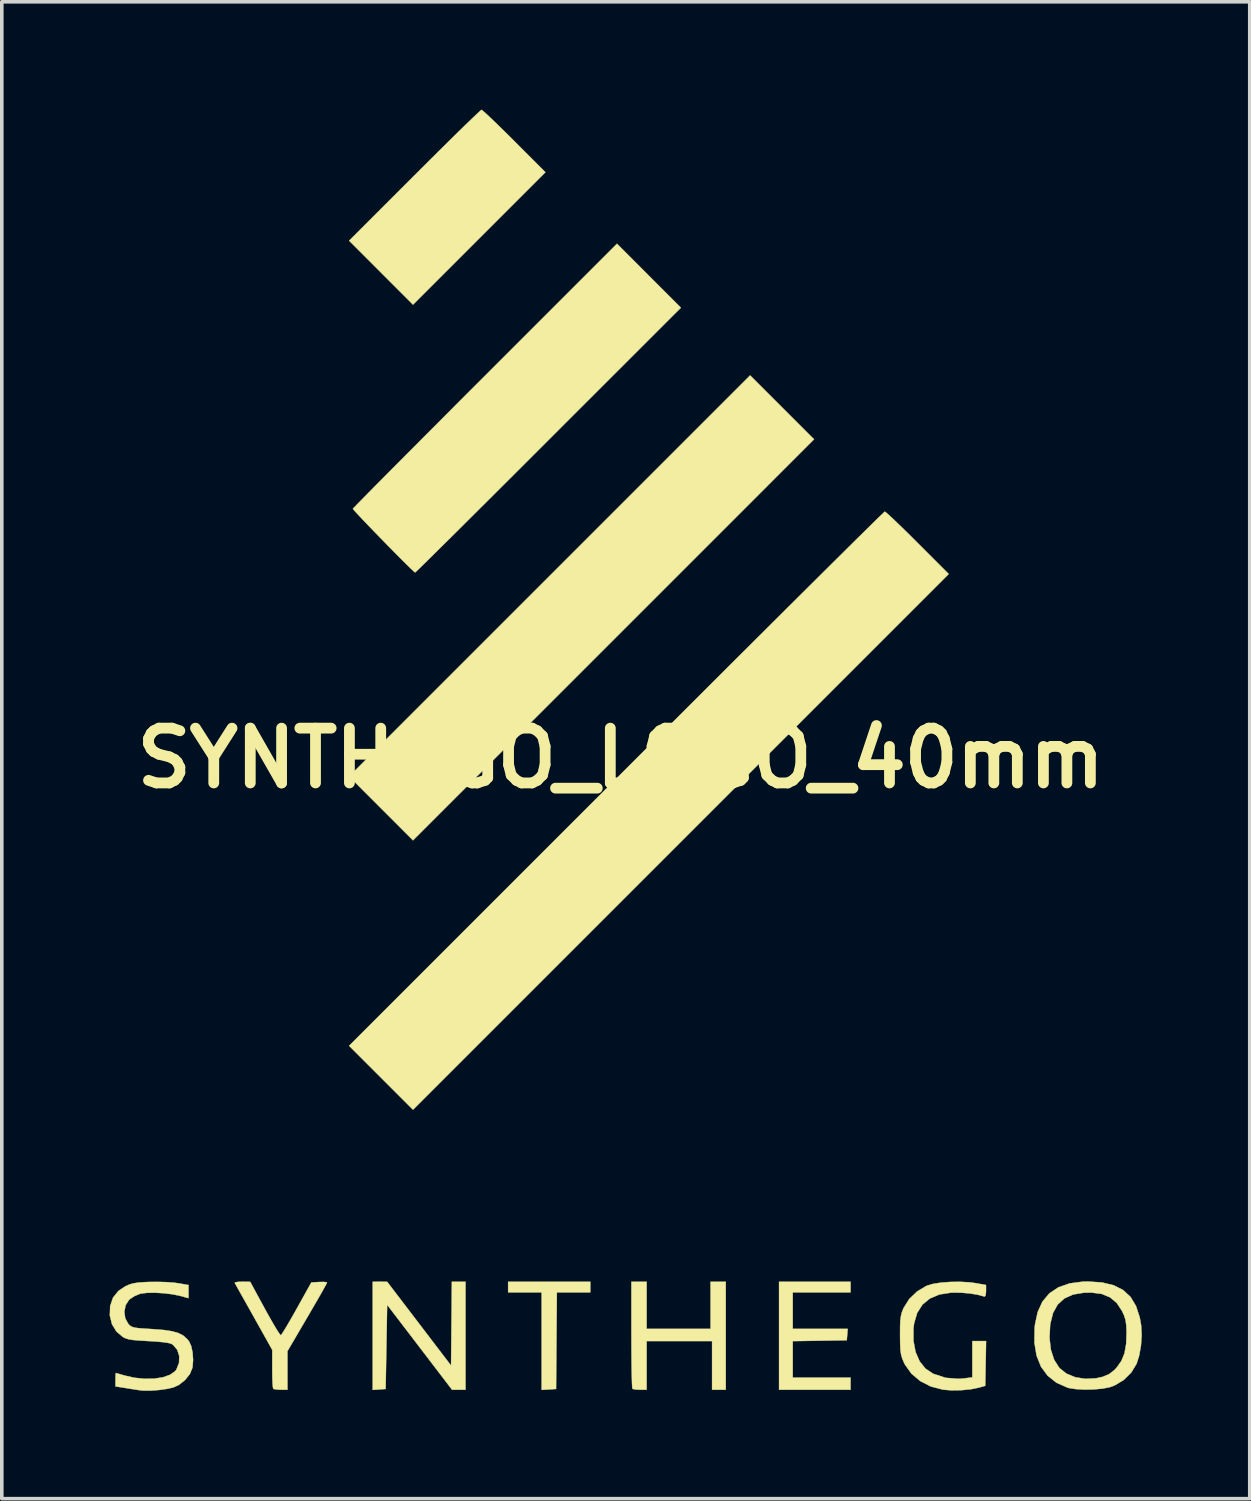
<source format=kicad_pcb>
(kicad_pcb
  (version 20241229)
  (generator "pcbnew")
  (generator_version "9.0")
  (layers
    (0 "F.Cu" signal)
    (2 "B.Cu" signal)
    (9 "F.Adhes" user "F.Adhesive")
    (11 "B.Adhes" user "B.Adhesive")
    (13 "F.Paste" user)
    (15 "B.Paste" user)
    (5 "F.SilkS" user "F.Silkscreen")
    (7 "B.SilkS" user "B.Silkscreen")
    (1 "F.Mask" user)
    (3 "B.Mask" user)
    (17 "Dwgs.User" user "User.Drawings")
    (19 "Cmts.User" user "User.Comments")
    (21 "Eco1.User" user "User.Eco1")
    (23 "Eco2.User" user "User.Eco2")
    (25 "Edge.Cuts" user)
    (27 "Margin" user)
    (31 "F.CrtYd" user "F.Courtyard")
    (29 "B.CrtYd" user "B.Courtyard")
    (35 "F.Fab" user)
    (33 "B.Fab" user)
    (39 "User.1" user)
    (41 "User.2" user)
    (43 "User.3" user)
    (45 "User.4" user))
  (footprint "SYNTHEGO_LOGO_40mm"
    (layer "F.Cu")
    (at 14.217 18.039)
    (property "Reference" "SYNTHEGO_LOGO_40mm" (at 0 0 0) (layer "F.SilkS") (effects (font (size 1.524 1.524) (thickness 0.3))))
    (attr through_hole)
    (fp_poly (pts (xy 5.376 -8.869) (xy -0.201 -3.291) (xy -5.779 2.286) (xy -7.556 0.508) (xy -1.979 -5.07) (xy 3.598 -10.647) (xy 5.376 -8.869)) (stroke (width 0.01) (type solid)) (fill yes) (layer "F.SilkS"))
    (fp_poly (pts (xy -0.847 14.859) (xy -1.777 14.859) (xy -1.788 16.203) (xy -1.799 17.547) (xy -2 17.56) (xy -2.201 17.573) (xy -2.201 14.859) (xy -3.133 14.859) (xy -3.133 14.563) (xy -0.847 14.563) (xy -0.847 14.859)) (stroke (width 0.01) (type solid)) (fill yes) (layer "F.SilkS"))
    (fp_poly (pts (xy 6.392 14.859) (xy 4.784 14.859) (xy 4.784 15.875) (xy 6.313 15.875) (xy 6.287 16.192) (xy 5.535 16.204) (xy 4.784 16.216) (xy 4.784 17.23) (xy 6.392 17.23) (xy 6.392 17.568) (xy 4.403 17.568) (xy 4.403 14.563) (xy 6.392 14.563) (xy 6.392 14.859)) (stroke (width 0.01) (type solid)) (fill yes) (layer "F.SilkS"))
    (fp_poly (pts (xy -4.318 17.568) (xy -4.693 17.568) (xy -5.595 16.387) (xy -6.498 15.206) (xy -6.519 16.377) (xy -6.54 17.547) (xy -6.72 17.56) (xy -6.9 17.573) (xy -6.9 14.563) (xy -6.699 14.564) (xy -6.498 14.565) (xy -4.72 16.896) (xy -4.709 15.73) (xy -4.698 14.563) (xy -4.318 14.563) (xy -4.318 17.568)) (stroke (width 0.01) (type solid)) (fill yes) (layer "F.SilkS"))
    (fp_poly (pts (xy 0.72 15.875) (xy 2.498 15.875) (xy 2.498 14.563) (xy 2.921 14.563) (xy 2.921 17.568) (xy 2.54 17.568) (xy 2.54 16.214) (xy 0.72 16.214) (xy 0.72 17.568) (xy 0.536 17.568) (xy 0.417 17.562) (xy 0.338 17.547) (xy 0.325 17.54) (xy 0.318 17.493) (xy 0.312 17.37) (xy 0.307 17.183) (xy 0.302 16.941) (xy 0.299 16.653) (xy 0.297 16.33) (xy 0.296 16.037) (xy 0.296 14.563) (xy 0.72 14.563) (xy 0.72 15.875)) (stroke (width 0.01) (type solid)) (fill yes) (layer "F.SilkS"))
    (fp_poly (pts (xy -3.834 -18.005) (xy -3.742 -17.924) (xy -3.607 -17.797) (xy -3.436 -17.632) (xy -3.237 -17.438) (xy -3.017 -17.22) (xy -2.963 -17.166) (xy -2.096 -16.298) (xy -3.937 -14.457) (xy -5.779 -12.615) (xy -6.667 -13.504) (xy -7.556 -14.394) (xy -5.736 -16.214) (xy -5.411 -16.538) (xy -5.103 -16.844) (xy -4.818 -17.126) (xy -4.56 -17.38) (xy -4.336 -17.599) (xy -4.15 -17.779) (xy -4.007 -17.915) (xy -3.913 -18.002) (xy -3.874 -18.034) (xy -3.873 -18.034) (xy -3.834 -18.005)) (stroke (width 0.01) (type solid)) (fill yes) (layer "F.SilkS"))
    (fp_poly (pts (xy 7.385 -6.829) (xy 7.476 -6.748) (xy 7.611 -6.621) (xy 7.783 -6.456) (xy 7.982 -6.262) (xy 8.201 -6.044) (xy 8.255 -5.99) (xy 9.122 -5.122) (xy -5.779 9.779) (xy -6.667 8.89) (xy -7.556 8.001) (xy -0.127 0.571) (xy 0.536 -0.091) (xy 1.184 -0.738) (xy 1.813 -1.367) (xy 2.422 -1.975) (xy 3.007 -2.559) (xy 3.567 -3.117) (xy 4.098 -3.646) (xy 4.599 -4.145) (xy 5.066 -4.609) (xy 5.497 -5.038) (xy 5.889 -5.427) (xy 6.241 -5.776) (xy 6.548 -6.08) (xy 6.81 -6.338) (xy 7.022 -6.547) (xy 7.183 -6.705) (xy 7.291 -6.808) (xy 7.341 -6.855) (xy 7.345 -6.858) (xy 7.385 -6.829)) (stroke (width 0.01) (type solid)) (fill yes) (layer "F.SilkS"))
    (fp_poly (pts (xy 0.783 -13.42) (xy 1.672 -12.53) (xy -2.011 -8.848) (xy -2.476 -8.383) (xy -2.924 -7.936) (xy -3.352 -7.509) (xy -3.756 -7.106) (xy -4.133 -6.731) (xy -4.478 -6.387) (xy -4.789 -6.079) (xy -5.062 -5.809) (xy -5.292 -5.581) (xy -5.477 -5.399) (xy -5.612 -5.267) (xy -5.695 -5.188) (xy -5.721 -5.165) (xy -5.756 -5.194) (xy -5.843 -5.276) (xy -5.973 -5.404) (xy -6.14 -5.57) (xy -6.334 -5.766) (xy -6.55 -5.985) (xy -6.599 -6.036) (xy -6.817 -6.26) (xy -7.015 -6.465) (xy -7.184 -6.642) (xy -7.318 -6.785) (xy -7.409 -6.884) (xy -7.449 -6.933) (xy -7.451 -6.936) (xy -7.421 -6.969) (xy -7.336 -7.058) (xy -7.197 -7.199) (xy -7.01 -7.39) (xy -6.777 -7.626) (xy -6.503 -7.903) (xy -6.19 -8.218) (xy -5.842 -8.567) (xy -5.464 -8.947) (xy -5.058 -9.354) (xy -4.629 -9.785) (xy -4.18 -10.235) (xy -3.778 -10.636) (xy -0.105 -14.309) (xy 0.783 -13.42)) (stroke (width 0.01) (type solid)) (fill yes) (layer "F.SilkS"))
    (fp_poly (pts (xy -10.308 14.565) (xy -9.901 15.315) (xy -9.775 15.542) (xy -9.662 15.74) (xy -9.567 15.899) (xy -9.497 16.006) (xy -9.459 16.052) (xy -9.456 16.053) (xy -9.425 16.014) (xy -9.36 15.912) (xy -9.268 15.759) (xy -9.156 15.566) (xy -9.031 15.345) (xy -9.013 15.313) (xy -8.607 14.584) (xy -8.388 14.571) (xy -8.266 14.569) (xy -8.187 14.577) (xy -8.17 14.587) (xy -8.191 14.63) (xy -8.249 14.736) (xy -8.338 14.895) (xy -8.454 15.097) (xy -8.59 15.331) (xy -8.721 15.556) (xy -9.271 16.495) (xy -9.271 17.568) (xy -9.454 17.568) (xy -9.573 17.562) (xy -9.653 17.547) (xy -9.666 17.54) (xy -9.677 17.489) (xy -9.686 17.371) (xy -9.692 17.202) (xy -9.694 17.001) (xy -9.694 16.986) (xy -9.694 16.46) (xy -10.207 15.543) (xy -10.349 15.289) (xy -10.478 15.06) (xy -10.587 14.866) (xy -10.671 14.716) (xy -10.723 14.622) (xy -10.739 14.594) (xy -10.712 14.577) (xy -10.622 14.566) (xy -10.533 14.564) (xy -10.308 14.565)) (stroke (width 0.01) (type solid)) (fill yes) (layer "F.SilkS"))
    (fp_poly (pts (xy 9.708 14.581) (xy 9.869 14.603) (xy 10.16 14.655) (xy 10.16 14.825) (xy 10.152 14.935) (xy 10.126 14.975) (xy 10.101 14.972) (xy 9.929 14.925) (xy 9.706 14.889) (xy 9.461 14.868) (xy 9.229 14.866) (xy 9.192 14.867) (xy 8.866 14.918) (xy 8.599 15.03) (xy 8.392 15.201) (xy 8.245 15.432) (xy 8.16 15.721) (xy 8.142 15.861) (xy 8.142 16.208) (xy 8.2 16.516) (xy 8.313 16.777) (xy 8.477 16.982) (xy 8.689 17.123) (xy 8.69 17.123) (xy 9.035 17.236) (xy 9.391 17.265) (xy 9.546 17.253) (xy 9.779 17.224) (xy 9.779 16.214) (xy 10.162 16.214) (xy 10.151 16.836) (xy 10.139 17.459) (xy 9.967 17.508) (xy 9.742 17.554) (xy 9.473 17.581) (xy 9.2 17.585) (xy 8.963 17.566) (xy 8.626 17.478) (xy 8.331 17.328) (xy 8.087 17.122) (xy 7.905 16.868) (xy 7.869 16.795) (xy 7.826 16.689) (xy 7.797 16.585) (xy 7.78 16.462) (xy 7.772 16.299) (xy 7.769 16.075) (xy 7.769 16.044) (xy 7.77 15.813) (xy 7.777 15.645) (xy 7.793 15.52) (xy 7.819 15.416) (xy 7.859 15.314) (xy 7.868 15.293) (xy 8.023 15.046) (xy 8.242 14.835) (xy 8.504 14.678) (xy 8.504 14.678) (xy 8.673 14.626) (xy 8.903 14.589) (xy 9.167 14.569) (xy 9.444 14.566) (xy 9.708 14.581)) (stroke (width 0.01) (type solid)) (fill yes) (layer "F.SilkS"))
    (fp_poly (pts (xy 13.386 14.584) (xy 13.711 14.662) (xy 13.974 14.795) (xy 14.181 14.987) (xy 14.333 15.241) (xy 14.437 15.56) (xy 14.476 15.781) (xy 14.49 16.048) (xy 14.47 16.34) (xy 14.42 16.621) (xy 14.348 16.847) (xy 14.2 17.09) (xy 13.991 17.296) (xy 13.74 17.447) (xy 13.599 17.499) (xy 13.4 17.537) (xy 13.158 17.559) (xy 12.903 17.564) (xy 12.663 17.551) (xy 12.468 17.521) (xy 12.425 17.509) (xy 12.12 17.373) (xy 11.874 17.178) (xy 11.689 16.926) (xy 11.566 16.62) (xy 11.507 16.263) (xy 11.508 16.129) (xy 11.926 16.129) (xy 11.964 16.455) (xy 12.055 16.735) (xy 12.198 16.958) (xy 12.208 16.969) (xy 12.399 17.12) (xy 12.643 17.22) (xy 12.92 17.265) (xy 13.214 17.251) (xy 13.409 17.208) (xy 13.585 17.134) (xy 13.735 17.016) (xy 13.794 16.952) (xy 13.926 16.766) (xy 14.013 16.55) (xy 14.059 16.289) (xy 14.07 15.97) (xy 14.062 15.773) (xy 14.04 15.625) (xy 13.997 15.492) (xy 13.943 15.377) (xy 13.797 15.155) (xy 13.61 14.998) (xy 13.376 14.902) (xy 13.086 14.865) (xy 12.886 14.869) (xy 12.583 14.919) (xy 12.339 15.029) (xy 12.153 15.2) (xy 12.024 15.434) (xy 11.949 15.732) (xy 11.944 15.77) (xy 11.926 16.129) (xy 11.508 16.129) (xy 11.512 15.857) (xy 11.522 15.756) (xy 11.597 15.406) (xy 11.73 15.116) (xy 11.922 14.887) (xy 12.174 14.719) (xy 12.485 14.61) (xy 12.856 14.561) (xy 12.995 14.558) (xy 13.386 14.584)) (stroke (width 0.01) (type solid)) (fill yes) (layer "F.SilkS"))
    (fp_poly (pts (xy -12.627 14.575) (xy -12.419 14.591) (xy -12.323 14.604) (xy -12.023 14.655) (xy -12.023 15.021) (xy -12.245 14.96) (xy -12.461 14.914) (xy -12.708 14.884) (xy -12.958 14.869) (xy -13.183 14.873) (xy -13.358 14.896) (xy -13.373 14.9) (xy -13.521 14.96) (xy -13.654 15.047) (xy -13.68 15.071) (xy -13.774 15.219) (xy -13.808 15.4) (xy -13.783 15.582) (xy -13.701 15.732) (xy -13.658 15.778) (xy -13.61 15.812) (xy -13.543 15.835) (xy -13.441 15.852) (xy -13.288 15.865) (xy -13.07 15.879) (xy -13.018 15.882) (xy -12.716 15.906) (xy -12.483 15.941) (xy -12.306 15.991) (xy -12.171 16.06) (xy -12.064 16.155) (xy -12.009 16.222) (xy -11.949 16.352) (xy -11.91 16.534) (xy -11.896 16.739) (xy -11.911 16.936) (xy -11.914 16.955) (xy -11.984 17.128) (xy -12.115 17.294) (xy -12.286 17.43) (xy -12.438 17.502) (xy -12.612 17.543) (xy -12.832 17.574) (xy -13.063 17.592) (xy -13.268 17.593) (xy -13.356 17.585) (xy -13.465 17.569) (xy -13.621 17.545) (xy -13.769 17.521) (xy -14.055 17.476) (xy -14.055 17.289) (xy -14.053 17.177) (xy -14.047 17.111) (xy -14.044 17.103) (xy -14.001 17.115) (xy -13.903 17.143) (xy -13.824 17.167) (xy -13.536 17.234) (xy -13.248 17.264) (xy -12.975 17.259) (xy -12.731 17.221) (xy -12.532 17.15) (xy -12.393 17.05) (xy -12.36 17.006) (xy -12.287 16.82) (xy -12.281 16.63) (xy -12.337 16.457) (xy -12.452 16.322) (xy -12.501 16.29) (xy -12.579 16.268) (xy -12.722 16.246) (xy -12.913 16.228) (xy -13.133 16.214) (xy -13.146 16.214) (xy -13.391 16.2) (xy -13.568 16.184) (xy -13.695 16.163) (xy -13.788 16.132) (xy -13.845 16.104) (xy -14.028 15.95) (xy -14.152 15.745) (xy -14.212 15.502) (xy -14.203 15.241) (xy -14.124 15.007) (xy -13.973 14.819) (xy -13.779 14.69) (xy -13.668 14.641) (xy -13.555 14.608) (xy -13.417 14.587) (xy -13.23 14.574) (xy -13.095 14.569) (xy -12.864 14.568) (xy -12.627 14.575)) (stroke (width 0.01) (type solid)) (fill yes) (layer "F.SilkS")))
  (gr_rect
    (start -3 -3)
    (end 31.713 38.637)
    (stroke (width 0.1) (type default))
    (fill no)
    (layer "Edge.Cuts")))
</source>
